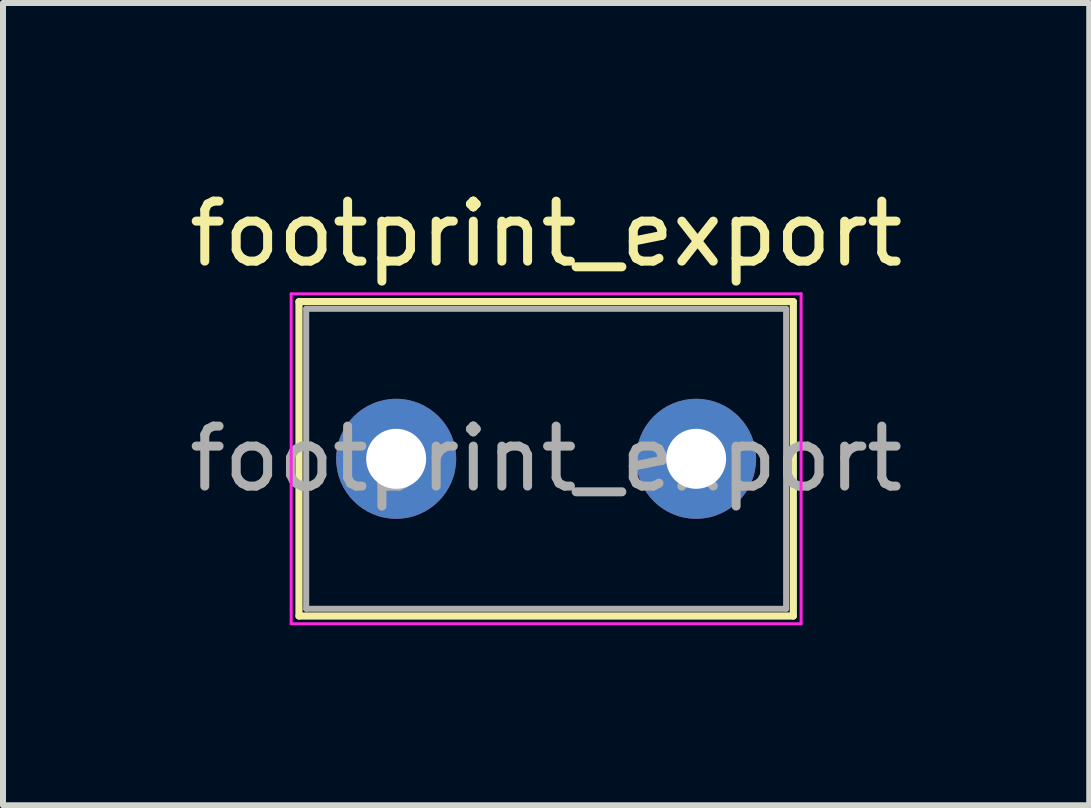
<source format=kicad_pcb>
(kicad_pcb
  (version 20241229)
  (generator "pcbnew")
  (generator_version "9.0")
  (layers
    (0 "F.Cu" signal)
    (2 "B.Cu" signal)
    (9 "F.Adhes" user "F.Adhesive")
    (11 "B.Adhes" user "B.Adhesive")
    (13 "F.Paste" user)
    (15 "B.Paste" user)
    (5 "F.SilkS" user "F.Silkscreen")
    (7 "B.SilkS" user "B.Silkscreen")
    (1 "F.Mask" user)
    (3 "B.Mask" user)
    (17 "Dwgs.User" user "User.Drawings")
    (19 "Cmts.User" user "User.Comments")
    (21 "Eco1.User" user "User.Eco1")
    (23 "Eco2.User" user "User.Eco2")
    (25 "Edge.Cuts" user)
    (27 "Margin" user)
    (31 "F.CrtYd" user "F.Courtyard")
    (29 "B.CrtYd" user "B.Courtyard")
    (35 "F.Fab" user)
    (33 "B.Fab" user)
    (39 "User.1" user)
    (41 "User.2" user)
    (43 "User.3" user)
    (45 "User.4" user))
  (footprint "footprint_export"
    (layer "F.Cu")
    (at 3.554 4.598)
    (property "Reference" "footprint_export" (at 2.5 -3.75 0) (layer "F.SilkS") (effects (font (size 1 1) (thickness 0.15))))
    (attr through_hole)
    (fp_line (start -1.62 -2.62) (end -1.62 2.62) (stroke (width 0.12) (type solid)) (layer "F.SilkS"))
    (fp_line (start -1.62 -2.62) (end 6.62 -2.62) (stroke (width 0.12) (type solid)) (layer "F.SilkS"))
    (fp_line (start -1.62 2.62) (end 6.62 2.62) (stroke (width 0.12) (type solid)) (layer "F.SilkS"))
    (fp_line (start 6.62 -2.62) (end 6.62 2.62) (stroke (width 0.12) (type solid)) (layer "F.SilkS"))
    (fp_line (start -1.75 -2.75) (end -1.75 2.75) (stroke (width 0.05) (type solid)) (layer "F.CrtYd"))
    (fp_line (start -1.75 2.75) (end 6.75 2.75) (stroke (width 0.05) (type solid)) (layer "F.CrtYd"))
    (fp_line (start 6.75 -2.75) (end -1.75 -2.75) (stroke (width 0.05) (type solid)) (layer "F.CrtYd"))
    (fp_line (start 6.75 2.75) (end 6.75 -2.75) (stroke (width 0.05) (type solid)) (layer "F.CrtYd"))
    (fp_line (start -1.5 -2.5) (end -1.5 2.5) (stroke (width 0.1) (type solid)) (layer "F.Fab"))
    (fp_line (start -1.5 2.5) (end 6.5 2.5) (stroke (width 0.1) (type solid)) (layer "F.Fab"))
    (fp_line (start 6.5 -2.5) (end -1.5 -2.5) (stroke (width 0.1) (type solid)) (layer "F.Fab"))
    (fp_line (start 6.5 2.5) (end 6.5 -2.5) (stroke (width 0.1) (type solid)) (layer "F.Fab"))
    (fp_text user "${REFERENCE}" (at 2.5 0 0) (layer "F.Fab") (effects (font (size 1 1) (thickness 0.15))))
    (pad "1" thru_hole circle (at 0 0) (size 2 2) (drill 1) (layers "*.Cu" "*.Mask"))
    (pad "2" thru_hole circle (at 5 0) (size 2 2) (drill 1) (layers "*.Cu" "*.Mask")))
  (gr_rect
    (start -3 -3)
    (end 15.107 10.373)
    (stroke (width 0.1) (type default))
    (fill no)
    (layer "Edge.Cuts")))
</source>
